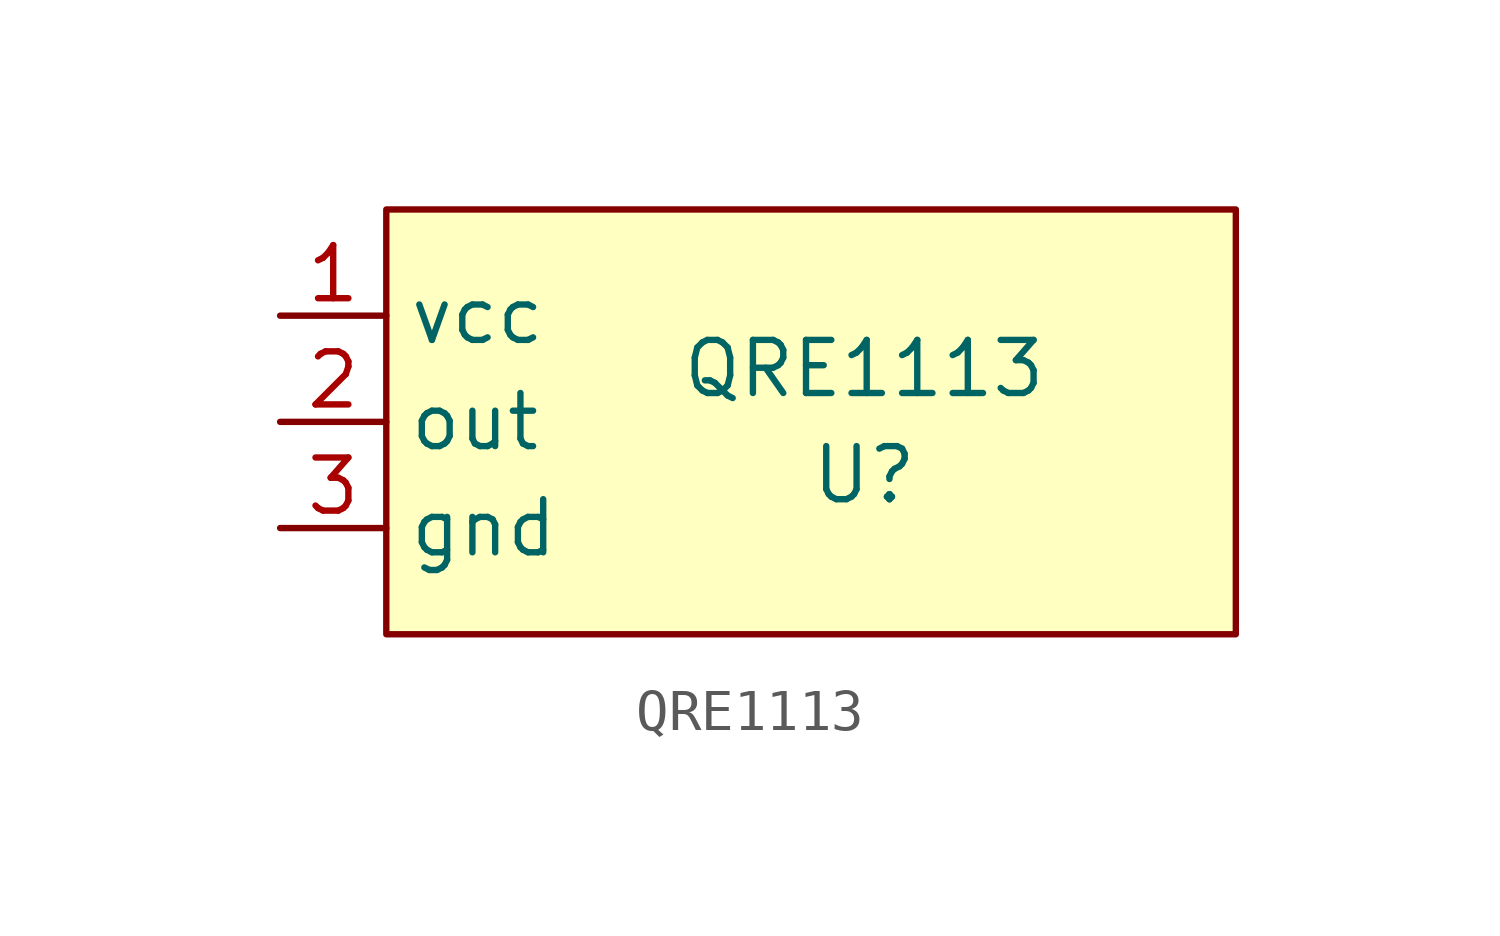
<source format=kicad_sym>
(kicad_symbol_lib
  (version 20211014)
  (generator kicad_symbol_editor)
  (symbol "QRE1113"
    (property "Reference" "U"
      (at 13.97 -3.81 0)
      (effects (font (size 1.27 1.27))))
    (property "Value" "QRE1113"
      (at 13.97 -1.27 0)
      (effects (font (size 1.27 1.27))))
    (symbol "QRE1113_0_1"
      (rectangle (start 2.54 2.54) (end 22.86 -7.62) (stroke (width 0) (type default) (color 0 0 0 0)) (fill (type background))))
    (symbol "QRE1113_1_1"
      (pin power_in line (at 0 0 0) (length 2.54) (name "vcc" (effects (font (size 1.27 1.27)))) (number "1" (effects (font (size 1.27 1.27)))))
      (pin output line (at 0 -2.54 0) (length 2.54) (name "out" (effects (font (size 1.27 1.27)))) (number "2" (effects (font (size 1.27 1.27)))))
      (pin power_in line (at 0 -5.08 0) (length 2.54) (name "gnd" (effects (font (size 1.27 1.27)))) (number "3" (effects (font (size 1.27 1.27))))))))
</source>
